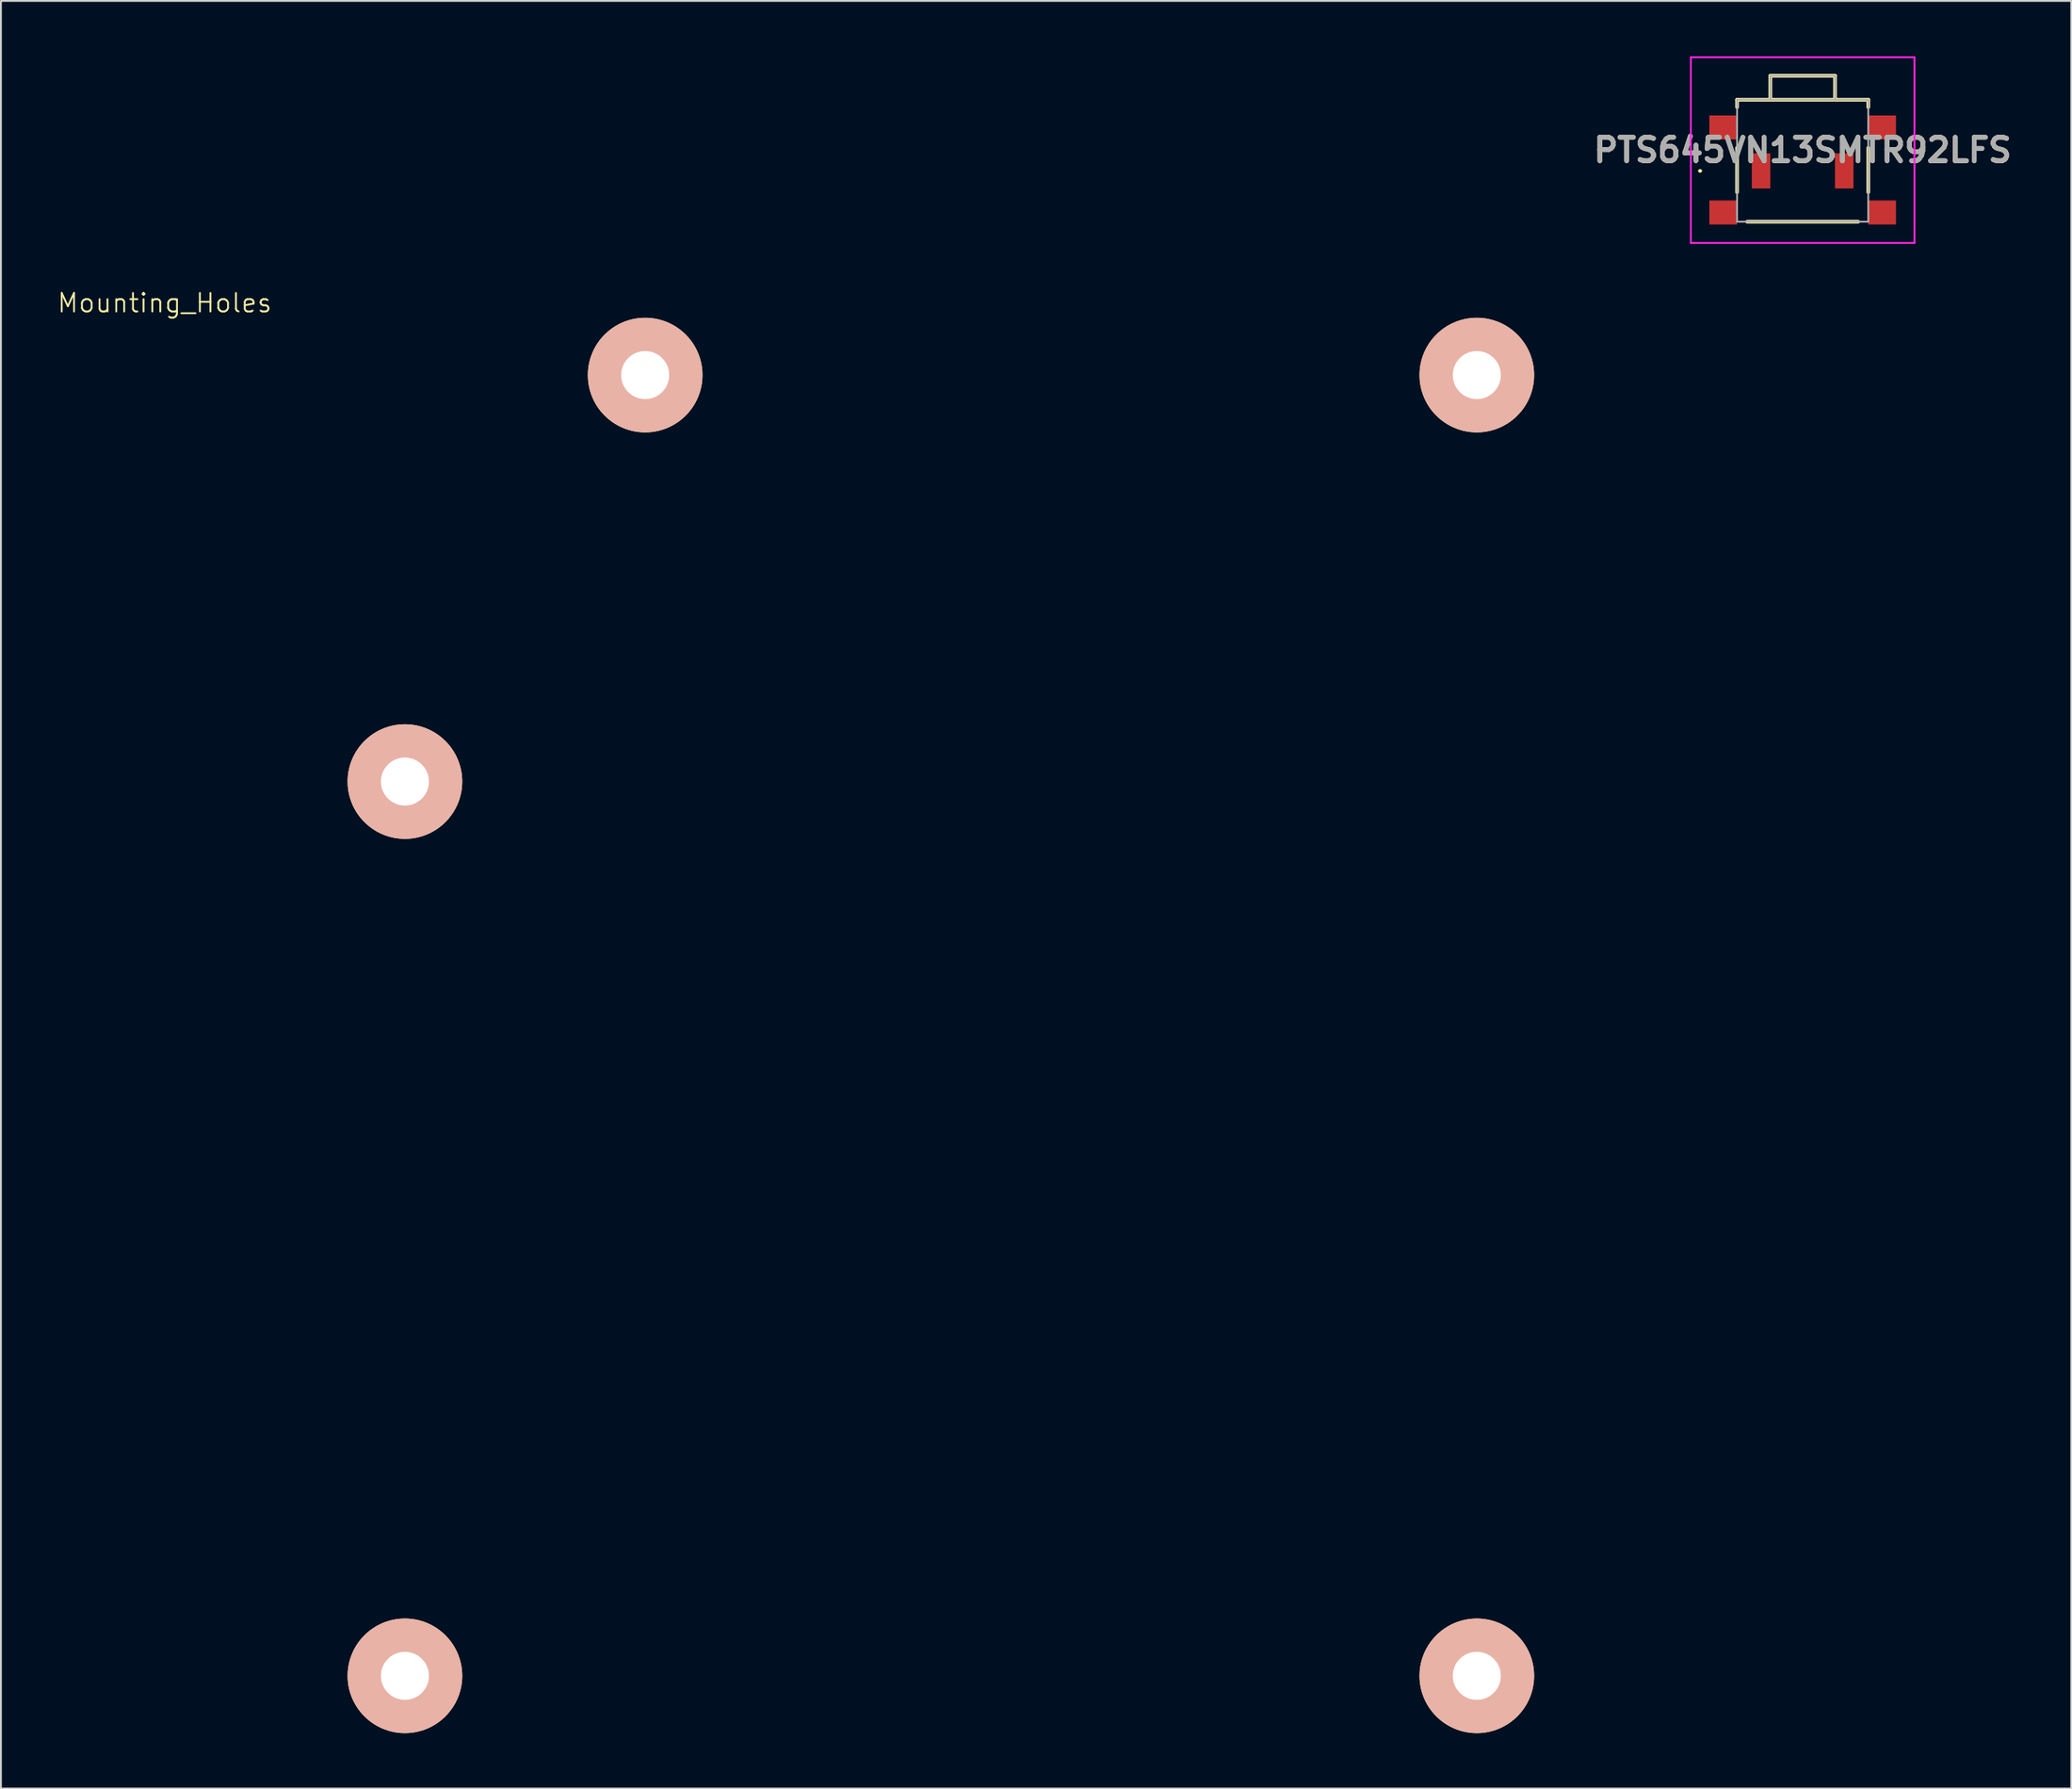
<source format=kicad_pcb>
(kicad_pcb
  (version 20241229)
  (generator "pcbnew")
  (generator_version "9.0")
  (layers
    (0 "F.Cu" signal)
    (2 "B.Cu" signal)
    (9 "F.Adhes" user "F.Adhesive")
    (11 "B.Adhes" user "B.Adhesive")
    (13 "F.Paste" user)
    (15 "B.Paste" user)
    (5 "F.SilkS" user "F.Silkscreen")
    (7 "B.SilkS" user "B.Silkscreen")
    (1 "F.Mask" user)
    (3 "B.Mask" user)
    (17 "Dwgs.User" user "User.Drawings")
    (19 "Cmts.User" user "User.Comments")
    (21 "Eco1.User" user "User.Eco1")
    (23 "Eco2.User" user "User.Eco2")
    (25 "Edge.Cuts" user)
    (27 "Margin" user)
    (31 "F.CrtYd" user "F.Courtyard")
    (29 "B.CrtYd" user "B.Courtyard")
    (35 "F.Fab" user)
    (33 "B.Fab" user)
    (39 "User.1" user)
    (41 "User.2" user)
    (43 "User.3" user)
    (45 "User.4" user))
  (footprint "Mounting_Holes"
    (layer "F.Cu")
    (at 14.36 0.25)
    (property "Reference" "Mounting_Holes" (at -8.5 13.1 0) (unlocked yes) (layer "F.SilkS") (effects (font (size 1 1) (thickness 0.1))))
    (attr through_hole)
    (pad "" np_thru_hole circle (at 4.5 39) (size 6.2 6.2) (drill 2.6) (layers "*.SilkS"))
    (pad "" np_thru_hole circle (at 4.5 87.4) (size 6.2 6.2) (drill 2.6) (layers "*.SilkS"))
    (pad "" np_thru_hole circle (at 17.5 17) (size 6.2 6.2) (drill 2.6) (layers "*.SilkS"))
    (pad "" np_thru_hole circle (at 62.5 17) (size 6.2 6.2) (drill 2.6) (layers "*.SilkS"))
    (pad "" np_thru_hole circle (at 62.5 87.4) (size 6.2 6.2) (drill 2.6) (layers "*.SilkS")))
  (footprint "PTS645VN13SMTR92LFS"
    (layer "F.Cu")
    (at 94.492 5.65)
    (property "Reference" "PTS645VN13SMTR92LFS" (at 0 -0.575 0) (layer "F.SilkS") (effects (font (size 1.27 1.27) (thickness 0.254))))
    (attr smd)
    (fp_line (start -5.6 0.55) (end -5.6 0.55) (stroke (width 0.1) (type solid)) (layer "F.SilkS"))
    (fp_line (start -5.5 0.55) (end -5.5 0.55) (stroke (width 0.1) (type solid)) (layer "F.SilkS"))
    (fp_line (start -3.55 -3.3) (end 3.55 -3.3) (stroke (width 0.2) (type solid)) (layer "F.SilkS"))
    (fp_line (start -3.55 -2.9) (end -3.55 -3.3) (stroke (width 0.2) (type solid)) (layer "F.SilkS"))
    (fp_line (start -3.55 1.7) (end -3.55 -0.7) (stroke (width 0.2) (type solid)) (layer "F.SilkS"))
    (fp_line (start -3 3.3) (end 3 3.3) (stroke (width 0.2) (type solid)) (layer "F.SilkS"))
    (fp_line (start -1.75 -4.6) (end 1.75 -4.6) (stroke (width 0.2) (type solid)) (layer "F.SilkS"))
    (fp_line (start -1.75 -3.3) (end -1.75 -4.6) (stroke (width 0.2) (type solid)) (layer "F.SilkS"))
    (fp_line (start 1.75 -4.6) (end 1.75 -3.3) (stroke (width 0.2) (type solid)) (layer "F.SilkS"))
    (fp_line (start 3.55 -3.3) (end 3.55 -2.9) (stroke (width 0.2) (type solid)) (layer "F.SilkS"))
    (fp_line (start 3.55 -0.7) (end 3.55 1.7) (stroke (width 0.2) (type solid)) (layer "F.SilkS"))
    (fp_arc (start -5.6 0.55) (mid -5.55 0.5) (end -5.5 0.55) (stroke (width 0.1) (type solid)) (layer "F.SilkS"))
    (fp_arc (start -5.5 0.55) (mid -5.55 0.6) (end -5.6 0.55) (stroke (width 0.1) (type solid)) (layer "F.SilkS"))
    (fp_line (start -6.05 -5.6) (end 6.05 -5.6) (stroke (width 0.1) (type solid)) (layer "F.CrtYd"))
    (fp_line (start -6.05 4.45) (end -6.05 -5.6) (stroke (width 0.1) (type solid)) (layer "F.CrtYd"))
    (fp_line (start 6.05 -5.6) (end 6.05 4.45) (stroke (width 0.1) (type solid)) (layer "F.CrtYd"))
    (fp_line (start 6.05 4.45) (end -6.05 4.45) (stroke (width 0.1) (type solid)) (layer "F.CrtYd"))
    (fp_line (start -3.55 -3.3) (end 3.55 -3.3) (stroke (width 0.1) (type solid)) (layer "F.Fab"))
    (fp_line (start -3.55 3.3) (end -3.55 -3.3) (stroke (width 0.1) (type solid)) (layer "F.Fab"))
    (fp_line (start -1.75 -4.6) (end 1.75 -4.6) (stroke (width 0.1) (type solid)) (layer "F.Fab"))
    (fp_line (start -1.75 -3.3) (end -1.75 -4.6) (stroke (width 0.1) (type solid)) (layer "F.Fab"))
    (fp_line (start 1.75 -4.6) (end 1.75 -3.3) (stroke (width 0.1) (type solid)) (layer "F.Fab"))
    (fp_line (start 3.55 -3.3) (end 3.55 3.3) (stroke (width 0.1) (type solid)) (layer "F.Fab"))
    (fp_line (start 3.55 3.3) (end -3.55 3.3) (stroke (width 0.1) (type solid)) (layer "F.Fab"))
    (fp_text user "${REFERENCE}" (at 0 -0.575 0) (layer "F.Fab") (effects (font (size 1.27 1.27) (thickness 0.254))))
    (pad "1" smd rect (at -2.25 0.55) (size 1 1.9) (layers "F.Cu" "F.Mask" "F.Paste"))
    (pad "2" smd rect (at 2.25 0.55) (size 1 1.9) (layers "F.Cu" "F.Mask" "F.Paste"))
    (pad "MP1" smd rect (at -4.3 2.8 90) (size 1.3 1.5) (layers "F.Cu" "F.Mask" "F.Paste"))
    (pad "MP2" smd rect (at 4.3 2.8 90) (size 1.3 1.5) (layers "F.Cu" "F.Mask" "F.Paste"))
    (pad "MP3" smd rect (at 4.3 -1.8 90) (size 1.3 1.5) (layers "F.Cu" "F.Mask" "F.Paste"))
    (pad "MP4" smd rect (at -4.3 -1.8 90) (size 1.3 1.5) (layers "F.Cu" "F.Mask" "F.Paste")))
  (gr_rect
    (start -3 -3)
    (end 109.025 93.75)
    (stroke (width 0.1) (type default))
    (fill no)
    (layer "Edge.Cuts")))
</source>
